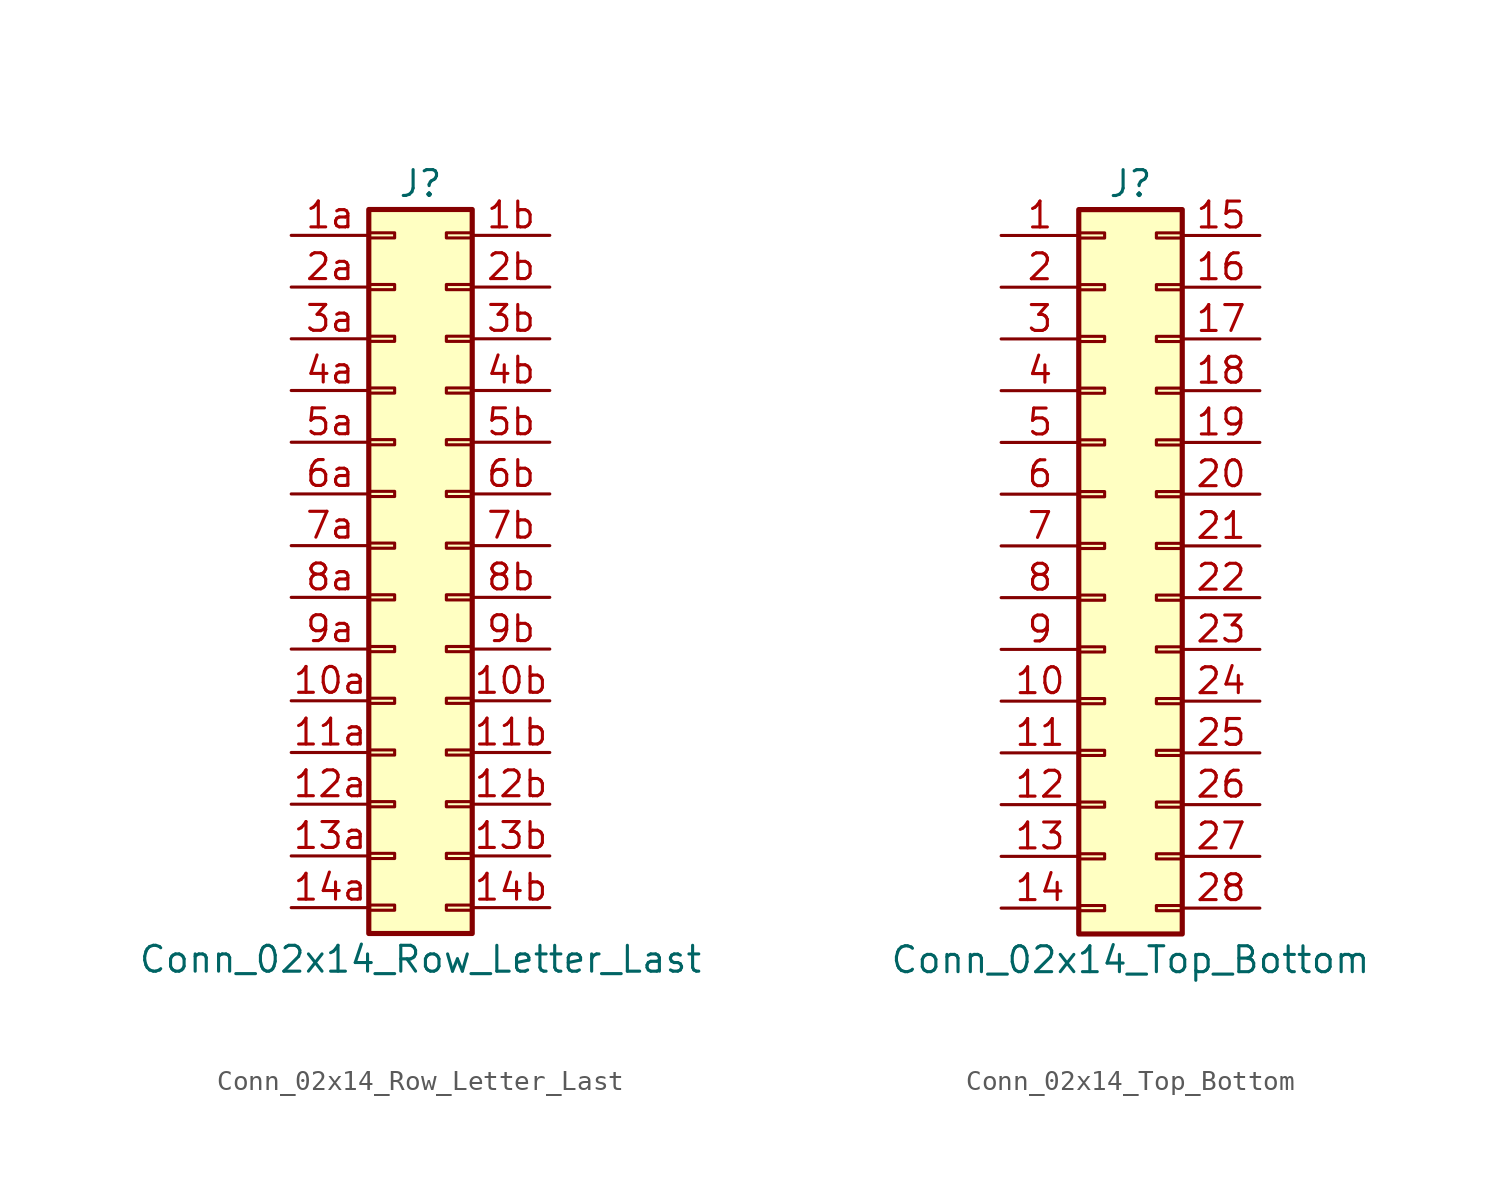
<source format=kicad_sym>
(kicad_symbol_lib
  (version 20201005)
  (generator kicad_symbol_editor)
  (symbol "Conn_02x14_Row_Letter_Last"
    (pin_names
      (offset 1.016) hide)
    (property "Reference" "J"
      (at 1.27 17.78 0)
      (effects (font (size 1.27 1.27))))
    (property "Value" "Conn_02x14_Row_Letter_Last"
      (at 1.27 -20.32 0)
      (effects (font (size 1.27 1.27))))
    (symbol "Conn_02x14_Row_Letter_Last_1_1"
      (rectangle (start -1.27 -17.653) (end 0 -17.907) (stroke (width 0.152)) (fill (type none)))
      (rectangle (start -1.27 -15.113) (end 0 -15.367) (stroke (width 0.152)) (fill (type none)))
      (rectangle (start -1.27 -12.573) (end 0 -12.827) (stroke (width 0.152)) (fill (type none)))
      (rectangle (start -1.27 -10.033) (end 0 -10.287) (stroke (width 0.152)) (fill (type none)))
      (rectangle (start -1.27 -7.493) (end 0 -7.747) (stroke (width 0.152)) (fill (type none)))
      (rectangle (start -1.27 -4.953) (end 0 -5.207) (stroke (width 0.152)) (fill (type none)))
      (rectangle (start -1.27 -2.413) (end 0 -2.667) (stroke (width 0.152)) (fill (type none)))
      (rectangle (start -1.27 0.127) (end 0 -0.127) (stroke (width 0.152)) (fill (type none)))
      (rectangle (start -1.27 2.667) (end 0 2.413) (stroke (width 0.152)) (fill (type none)))
      (rectangle (start -1.27 5.207) (end 0 4.953) (stroke (width 0.152)) (fill (type none)))
      (rectangle (start -1.27 7.747) (end 0 7.493) (stroke (width 0.152)) (fill (type none)))
      (rectangle (start -1.27 10.287) (end 0 10.033) (stroke (width 0.152)) (fill (type none)))
      (rectangle (start -1.27 12.827) (end 0 12.573) (stroke (width 0.152)) (fill (type none)))
      (rectangle (start -1.27 15.367) (end 0 15.113) (stroke (width 0.152)) (fill (type none)))
      (rectangle (start 3.81 -17.653) (end 2.54 -17.907) (stroke (width 0.152)) (fill (type none)))
      (rectangle (start 3.81 -15.113) (end 2.54 -15.367) (stroke (width 0.152)) (fill (type none)))
      (rectangle (start 3.81 -12.573) (end 2.54 -12.827) (stroke (width 0.152)) (fill (type none)))
      (rectangle (start 3.81 -10.033) (end 2.54 -10.287) (stroke (width 0.152)) (fill (type none)))
      (rectangle (start 3.81 -7.493) (end 2.54 -7.747) (stroke (width 0.152)) (fill (type none)))
      (rectangle (start 3.81 -4.953) (end 2.54 -5.207) (stroke (width 0.152)) (fill (type none)))
      (rectangle (start 3.81 -2.413) (end 2.54 -2.667) (stroke (width 0.152)) (fill (type none)))
      (rectangle (start 3.81 0.127) (end 2.54 -0.127) (stroke (width 0.152)) (fill (type none)))
      (rectangle (start 3.81 2.667) (end 2.54 2.413) (stroke (width 0.152)) (fill (type none)))
      (rectangle (start 3.81 5.207) (end 2.54 4.953) (stroke (width 0.152)) (fill (type none)))
      (rectangle (start 3.81 7.747) (end 2.54 7.493) (stroke (width 0.152)) (fill (type none)))
      (rectangle (start 3.81 10.287) (end 2.54 10.033) (stroke (width 0.152)) (fill (type none)))
      (rectangle (start 3.81 12.827) (end 2.54 12.573) (stroke (width 0.152)) (fill (type none)))
      (rectangle (start 3.81 15.367) (end 2.54 15.113) (stroke (width 0.152)) (fill (type none)))
      (rectangle (start -1.27 16.51) (end 3.81 -19.05) (stroke (width 0.254)) (fill (type background)))
      (pin passive line (at -5.08 -7.62 0) (length 3.81) (name "Pin_10a" (effects (font (size 1.27 1.27)))) (number "10a" (effects (font (size 1.27 1.27)))))
      (pin passive line (at 7.62 -7.62 180) (length 3.81) (name "Pin_10b" (effects (font (size 1.27 1.27)))) (number "10b" (effects (font (size 1.27 1.27)))))
      (pin passive line (at -5.08 -10.16 0) (length 3.81) (name "Pin_11a" (effects (font (size 1.27 1.27)))) (number "11a" (effects (font (size 1.27 1.27)))))
      (pin passive line (at 7.62 -10.16 180) (length 3.81) (name "Pin_11b" (effects (font (size 1.27 1.27)))) (number "11b" (effects (font (size 1.27 1.27)))))
      (pin passive line (at -5.08 -12.7 0) (length 3.81) (name "Pin_12a" (effects (font (size 1.27 1.27)))) (number "12a" (effects (font (size 1.27 1.27)))))
      (pin passive line (at 7.62 -12.7 180) (length 3.81) (name "Pin_12b" (effects (font (size 1.27 1.27)))) (number "12b" (effects (font (size 1.27 1.27)))))
      (pin passive line (at -5.08 -15.24 0) (length 3.81) (name "Pin_13a" (effects (font (size 1.27 1.27)))) (number "13a" (effects (font (size 1.27 1.27)))))
      (pin passive line (at 7.62 -15.24 180) (length 3.81) (name "Pin_13b" (effects (font (size 1.27 1.27)))) (number "13b" (effects (font (size 1.27 1.27)))))
      (pin passive line (at -5.08 -17.78 0) (length 3.81) (name "Pin_14a" (effects (font (size 1.27 1.27)))) (number "14a" (effects (font (size 1.27 1.27)))))
      (pin passive line (at 7.62 -17.78 180) (length 3.81) (name "Pin_14b" (effects (font (size 1.27 1.27)))) (number "14b" (effects (font (size 1.27 1.27)))))
      (pin passive line (at -5.08 15.24 0) (length 3.81) (name "Pin_1a" (effects (font (size 1.27 1.27)))) (number "1a" (effects (font (size 1.27 1.27)))))
      (pin passive line (at 7.62 15.24 180) (length 3.81) (name "Pin_1b" (effects (font (size 1.27 1.27)))) (number "1b" (effects (font (size 1.27 1.27)))))
      (pin passive line (at -5.08 12.7 0) (length 3.81) (name "Pin_2a" (effects (font (size 1.27 1.27)))) (number "2a" (effects (font (size 1.27 1.27)))))
      (pin passive line (at 7.62 12.7 180) (length 3.81) (name "Pin_2b" (effects (font (size 1.27 1.27)))) (number "2b" (effects (font (size 1.27 1.27)))))
      (pin passive line (at -5.08 10.16 0) (length 3.81) (name "Pin_3a" (effects (font (size 1.27 1.27)))) (number "3a" (effects (font (size 1.27 1.27)))))
      (pin passive line (at 7.62 10.16 180) (length 3.81) (name "Pin_3b" (effects (font (size 1.27 1.27)))) (number "3b" (effects (font (size 1.27 1.27)))))
      (pin passive line (at -5.08 7.62 0) (length 3.81) (name "Pin_4a" (effects (font (size 1.27 1.27)))) (number "4a" (effects (font (size 1.27 1.27)))))
      (pin passive line (at 7.62 7.62 180) (length 3.81) (name "Pin_4b" (effects (font (size 1.27 1.27)))) (number "4b" (effects (font (size 1.27 1.27)))))
      (pin passive line (at -5.08 5.08 0) (length 3.81) (name "Pin_5a" (effects (font (size 1.27 1.27)))) (number "5a" (effects (font (size 1.27 1.27)))))
      (pin passive line (at 7.62 5.08 180) (length 3.81) (name "Pin_5b" (effects (font (size 1.27 1.27)))) (number "5b" (effects (font (size 1.27 1.27)))))
      (pin passive line (at -5.08 2.54 0) (length 3.81) (name "Pin_6a" (effects (font (size 1.27 1.27)))) (number "6a" (effects (font (size 1.27 1.27)))))
      (pin passive line (at 7.62 2.54 180) (length 3.81) (name "Pin_6b" (effects (font (size 1.27 1.27)))) (number "6b" (effects (font (size 1.27 1.27)))))
      (pin passive line (at -5.08 0 0) (length 3.81) (name "Pin_7a" (effects (font (size 1.27 1.27)))) (number "7a" (effects (font (size 1.27 1.27)))))
      (pin passive line (at 7.62 0 180) (length 3.81) (name "Pin_7b" (effects (font (size 1.27 1.27)))) (number "7b" (effects (font (size 1.27 1.27)))))
      (pin passive line (at -5.08 -2.54 0) (length 3.81) (name "Pin_8a" (effects (font (size 1.27 1.27)))) (number "8a" (effects (font (size 1.27 1.27)))))
      (pin passive line (at 7.62 -2.54 180) (length 3.81) (name "Pin_8b" (effects (font (size 1.27 1.27)))) (number "8b" (effects (font (size 1.27 1.27)))))
      (pin passive line (at -5.08 -5.08 0) (length 3.81) (name "Pin_9a" (effects (font (size 1.27 1.27)))) (number "9a" (effects (font (size 1.27 1.27)))))
      (pin passive line (at 7.62 -5.08 180) (length 3.81) (name "Pin_9b" (effects (font (size 1.27 1.27)))) (number "9b" (effects (font (size 1.27 1.27)))))))
  (symbol "Conn_02x14_Top_Bottom"
    (pin_names
      (offset 1.016) hide)
    (property "Reference" "J"
      (at 1.27 17.78 0)
      (effects (font (size 1.27 1.27))))
    (property "Value" "Conn_02x14_Top_Bottom"
      (at 1.27 -20.32 0)
      (effects (font (size 1.27 1.27))))
    (symbol "Conn_02x14_Top_Bottom_1_1"
      (rectangle (start -1.27 -17.653) (end 0 -17.907) (stroke (width 0.152)) (fill (type none)))
      (rectangle (start -1.27 -15.113) (end 0 -15.367) (stroke (width 0.152)) (fill (type none)))
      (rectangle (start -1.27 -12.573) (end 0 -12.827) (stroke (width 0.152)) (fill (type none)))
      (rectangle (start -1.27 -10.033) (end 0 -10.287) (stroke (width 0.152)) (fill (type none)))
      (rectangle (start -1.27 -7.493) (end 0 -7.747) (stroke (width 0.152)) (fill (type none)))
      (rectangle (start -1.27 -4.953) (end 0 -5.207) (stroke (width 0.152)) (fill (type none)))
      (rectangle (start -1.27 -2.413) (end 0 -2.667) (stroke (width 0.152)) (fill (type none)))
      (rectangle (start -1.27 0.127) (end 0 -0.127) (stroke (width 0.152)) (fill (type none)))
      (rectangle (start -1.27 2.667) (end 0 2.413) (stroke (width 0.152)) (fill (type none)))
      (rectangle (start -1.27 5.207) (end 0 4.953) (stroke (width 0.152)) (fill (type none)))
      (rectangle (start -1.27 7.747) (end 0 7.493) (stroke (width 0.152)) (fill (type none)))
      (rectangle (start -1.27 10.287) (end 0 10.033) (stroke (width 0.152)) (fill (type none)))
      (rectangle (start -1.27 12.827) (end 0 12.573) (stroke (width 0.152)) (fill (type none)))
      (rectangle (start -1.27 15.367) (end 0 15.113) (stroke (width 0.152)) (fill (type none)))
      (rectangle (start 3.81 -17.653) (end 2.54 -17.907) (stroke (width 0.152)) (fill (type none)))
      (rectangle (start 3.81 -15.113) (end 2.54 -15.367) (stroke (width 0.152)) (fill (type none)))
      (rectangle (start 3.81 -12.573) (end 2.54 -12.827) (stroke (width 0.152)) (fill (type none)))
      (rectangle (start 3.81 -10.033) (end 2.54 -10.287) (stroke (width 0.152)) (fill (type none)))
      (rectangle (start 3.81 -7.493) (end 2.54 -7.747) (stroke (width 0.152)) (fill (type none)))
      (rectangle (start 3.81 -4.953) (end 2.54 -5.207) (stroke (width 0.152)) (fill (type none)))
      (rectangle (start 3.81 -2.413) (end 2.54 -2.667) (stroke (width 0.152)) (fill (type none)))
      (rectangle (start 3.81 0.127) (end 2.54 -0.127) (stroke (width 0.152)) (fill (type none)))
      (rectangle (start 3.81 2.667) (end 2.54 2.413) (stroke (width 0.152)) (fill (type none)))
      (rectangle (start 3.81 5.207) (end 2.54 4.953) (stroke (width 0.152)) (fill (type none)))
      (rectangle (start 3.81 7.747) (end 2.54 7.493) (stroke (width 0.152)) (fill (type none)))
      (rectangle (start 3.81 10.287) (end 2.54 10.033) (stroke (width 0.152)) (fill (type none)))
      (rectangle (start 3.81 12.827) (end 2.54 12.573) (stroke (width 0.152)) (fill (type none)))
      (rectangle (start 3.81 15.367) (end 2.54 15.113) (stroke (width 0.152)) (fill (type none)))
      (rectangle (start -1.27 16.51) (end 3.81 -19.05) (stroke (width 0.254)) (fill (type background)))
      (pin passive line (at -5.08 15.24 0) (length 3.81) (name "Pin_1" (effects (font (size 1.27 1.27)))) (number "1" (effects (font (size 1.27 1.27)))))
      (pin passive line (at -5.08 -7.62 0) (length 3.81) (name "Pin_10" (effects (font (size 1.27 1.27)))) (number "10" (effects (font (size 1.27 1.27)))))
      (pin passive line (at -5.08 -10.16 0) (length 3.81) (name "Pin_11" (effects (font (size 1.27 1.27)))) (number "11" (effects (font (size 1.27 1.27)))))
      (pin passive line (at -5.08 -12.7 0) (length 3.81) (name "Pin_12" (effects (font (size 1.27 1.27)))) (number "12" (effects (font (size 1.27 1.27)))))
      (pin passive line (at -5.08 -15.24 0) (length 3.81) (name "Pin_13" (effects (font (size 1.27 1.27)))) (number "13" (effects (font (size 1.27 1.27)))))
      (pin passive line (at -5.08 -17.78 0) (length 3.81) (name "Pin_14" (effects (font (size 1.27 1.27)))) (number "14" (effects (font (size 1.27 1.27)))))
      (pin passive line (at 7.62 15.24 180) (length 3.81) (name "Pin_15" (effects (font (size 1.27 1.27)))) (number "15" (effects (font (size 1.27 1.27)))))
      (pin passive line (at 7.62 12.7 180) (length 3.81) (name "Pin_16" (effects (font (size 1.27 1.27)))) (number "16" (effects (font (size 1.27 1.27)))))
      (pin passive line (at 7.62 10.16 180) (length 3.81) (name "Pin_17" (effects (font (size 1.27 1.27)))) (number "17" (effects (font (size 1.27 1.27)))))
      (pin passive line (at 7.62 7.62 180) (length 3.81) (name "Pin_18" (effects (font (size 1.27 1.27)))) (number "18" (effects (font (size 1.27 1.27)))))
      (pin passive line (at 7.62 5.08 180) (length 3.81) (name "Pin_19" (effects (font (size 1.27 1.27)))) (number "19" (effects (font (size 1.27 1.27)))))
      (pin passive line (at -5.08 12.7 0) (length 3.81) (name "Pin_2" (effects (font (size 1.27 1.27)))) (number "2" (effects (font (size 1.27 1.27)))))
      (pin passive line (at 7.62 2.54 180) (length 3.81) (name "Pin_20" (effects (font (size 1.27 1.27)))) (number "20" (effects (font (size 1.27 1.27)))))
      (pin passive line (at 7.62 0 180) (length 3.81) (name "Pin_21" (effects (font (size 1.27 1.27)))) (number "21" (effects (font (size 1.27 1.27)))))
      (pin passive line (at 7.62 -2.54 180) (length 3.81) (name "Pin_22" (effects (font (size 1.27 1.27)))) (number "22" (effects (font (size 1.27 1.27)))))
      (pin passive line (at 7.62 -5.08 180) (length 3.81) (name "Pin_23" (effects (font (size 1.27 1.27)))) (number "23" (effects (font (size 1.27 1.27)))))
      (pin passive line (at 7.62 -7.62 180) (length 3.81) (name "Pin_24" (effects (font (size 1.27 1.27)))) (number "24" (effects (font (size 1.27 1.27)))))
      (pin passive line (at 7.62 -10.16 180) (length 3.81) (name "Pin_25" (effects (font (size 1.27 1.27)))) (number "25" (effects (font (size 1.27 1.27)))))
      (pin passive line (at 7.62 -12.7 180) (length 3.81) (name "Pin_26" (effects (font (size 1.27 1.27)))) (number "26" (effects (font (size 1.27 1.27)))))
      (pin passive line (at 7.62 -15.24 180) (length 3.81) (name "Pin_27" (effects (font (size 1.27 1.27)))) (number "27" (effects (font (size 1.27 1.27)))))
      (pin passive line (at 7.62 -17.78 180) (length 3.81) (name "Pin_28" (effects (font (size 1.27 1.27)))) (number "28" (effects (font (size 1.27 1.27)))))
      (pin passive line (at -5.08 10.16 0) (length 3.81) (name "Pin_3" (effects (font (size 1.27 1.27)))) (number "3" (effects (font (size 1.27 1.27)))))
      (pin passive line (at -5.08 7.62 0) (length 3.81) (name "Pin_4" (effects (font (size 1.27 1.27)))) (number "4" (effects (font (size 1.27 1.27)))))
      (pin passive line (at -5.08 5.08 0) (length 3.81) (name "Pin_5" (effects (font (size 1.27 1.27)))) (number "5" (effects (font (size 1.27 1.27)))))
      (pin passive line (at -5.08 2.54 0) (length 3.81) (name "Pin_6" (effects (font (size 1.27 1.27)))) (number "6" (effects (font (size 1.27 1.27)))))
      (pin passive line (at -5.08 0 0) (length 3.81) (name "Pin_7" (effects (font (size 1.27 1.27)))) (number "7" (effects (font (size 1.27 1.27)))))
      (pin passive line (at -5.08 -2.54 0) (length 3.81) (name "Pin_8" (effects (font (size 1.27 1.27)))) (number "8" (effects (font (size 1.27 1.27)))))
      (pin passive line (at -5.08 -5.08 0) (length 3.81) (name "Pin_9" (effects (font (size 1.27 1.27)))) (number "9" (effects (font (size 1.27 1.27))))))))
</source>
